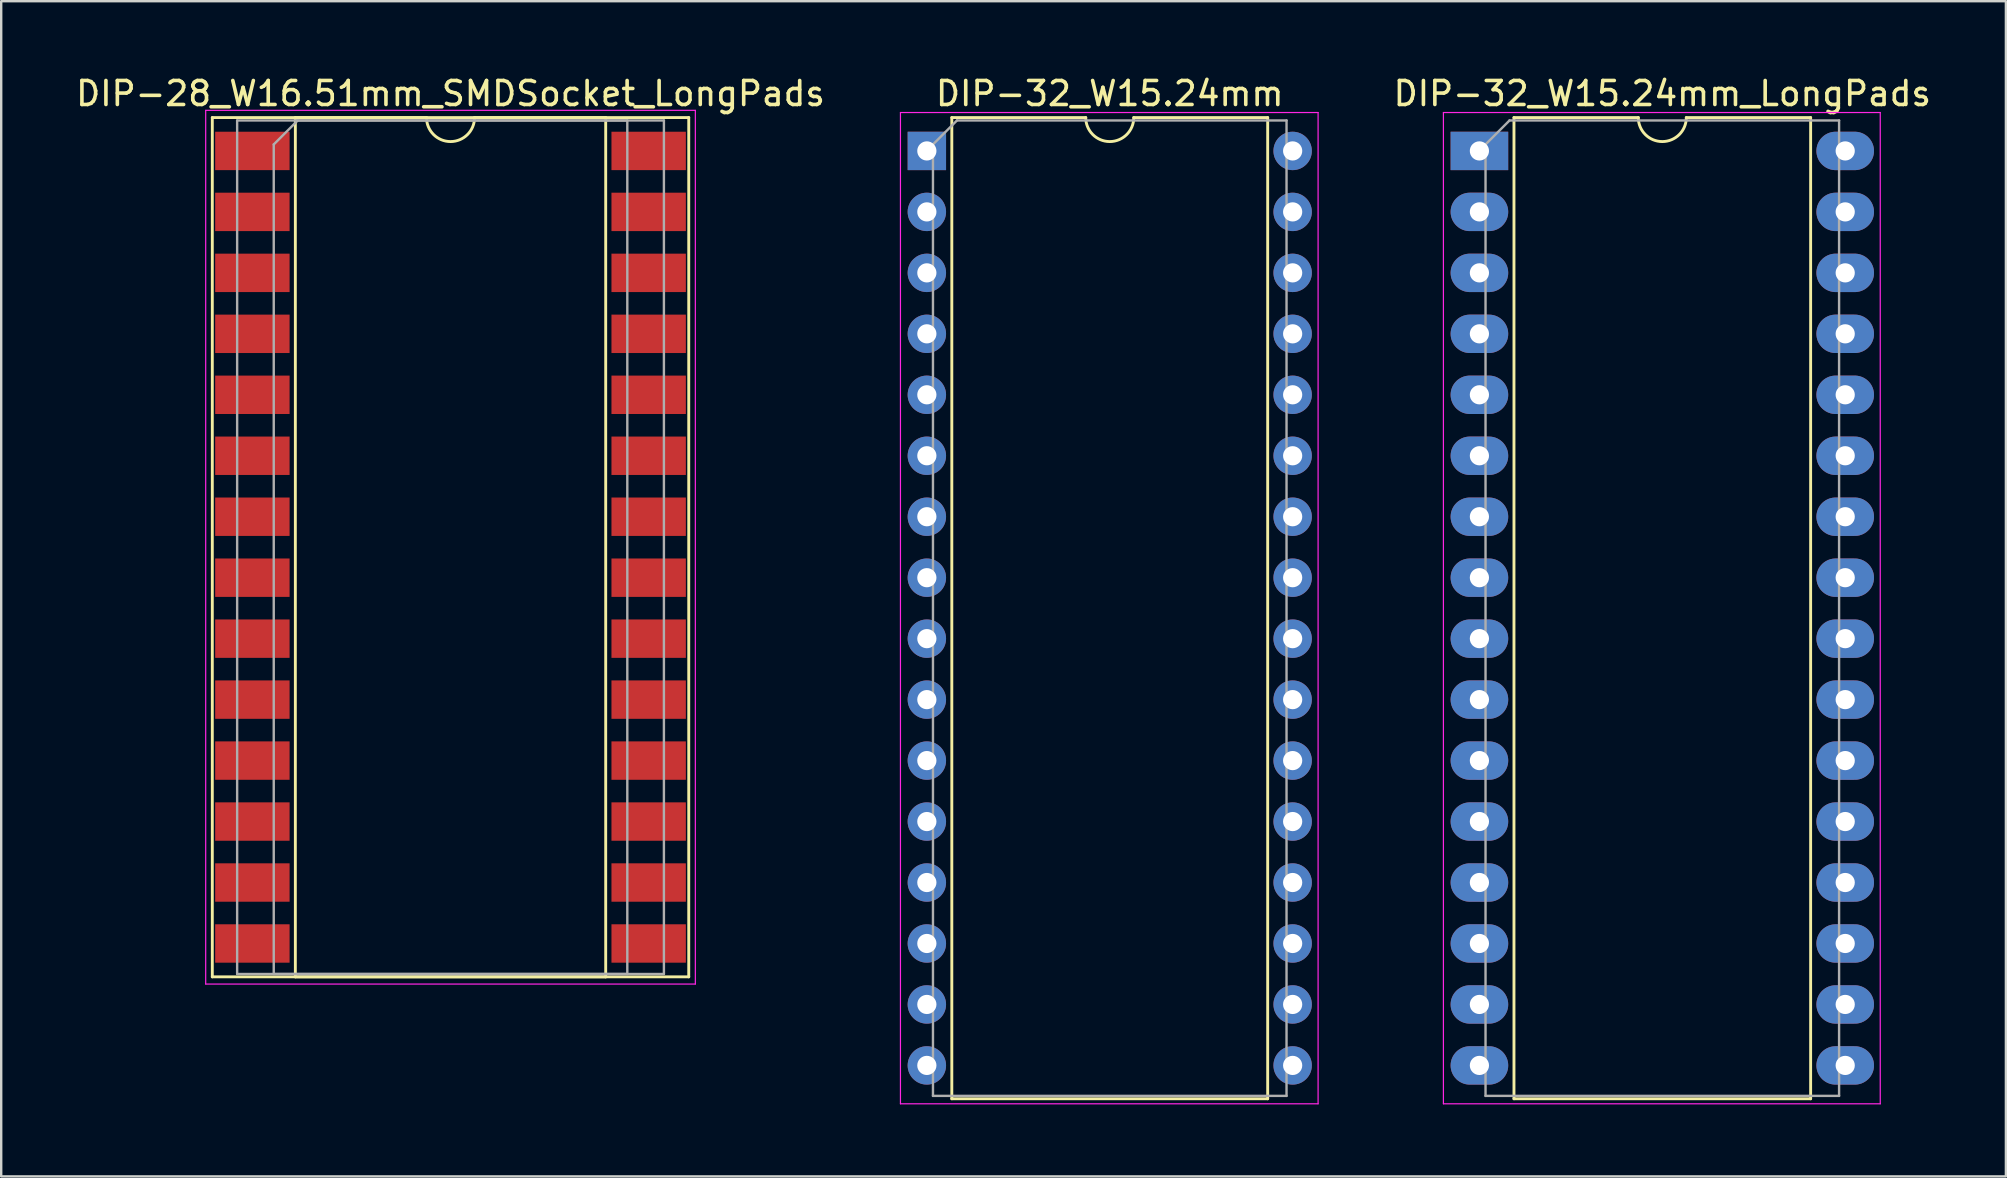
<source format=kicad_pcb>
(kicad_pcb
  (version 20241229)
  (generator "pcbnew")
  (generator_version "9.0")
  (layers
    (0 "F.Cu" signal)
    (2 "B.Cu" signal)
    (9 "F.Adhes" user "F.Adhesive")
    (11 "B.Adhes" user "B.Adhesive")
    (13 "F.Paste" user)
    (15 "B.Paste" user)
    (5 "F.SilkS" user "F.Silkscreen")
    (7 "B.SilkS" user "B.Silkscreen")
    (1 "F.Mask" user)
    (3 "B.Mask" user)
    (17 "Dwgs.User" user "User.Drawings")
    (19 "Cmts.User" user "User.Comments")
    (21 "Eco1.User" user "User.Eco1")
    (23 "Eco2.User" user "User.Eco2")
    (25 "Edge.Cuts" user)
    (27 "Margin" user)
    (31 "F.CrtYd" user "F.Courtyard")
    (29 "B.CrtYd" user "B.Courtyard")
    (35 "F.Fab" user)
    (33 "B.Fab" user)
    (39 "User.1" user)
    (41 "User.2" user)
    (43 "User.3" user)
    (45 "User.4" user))
  (footprint "DIP-32_W15.24mm_LongPads"
    (layer "F.Cu")
    (at 58.586 3.238)
    (property "Reference" "DIP-32_W15.24mm_LongPads" (at 7.62 -2.39 0) (layer "F.SilkS") (effects (font (size 1 1) (thickness 0.15))))
    (attr through_hole)
    (fp_line (start 1.44 -1.39) (end 1.44 39.49) (stroke (width 0.12) (type solid)) (layer "F.SilkS"))
    (fp_line (start 1.44 39.49) (end 13.8 39.49) (stroke (width 0.12) (type solid)) (layer "F.SilkS"))
    (fp_line (start 6.62 -1.39) (end 1.44 -1.39) (stroke (width 0.12) (type solid)) (layer "F.SilkS"))
    (fp_line (start 13.8 -1.39) (end 8.62 -1.39) (stroke (width 0.12) (type solid)) (layer "F.SilkS"))
    (fp_line (start 13.8 39.49) (end 13.8 -1.39) (stroke (width 0.12) (type solid)) (layer "F.SilkS"))
    (fp_arc (start 8.62 -1.39) (mid 7.62 -0.39) (end 6.62 -1.39) (stroke (width 0.12) (type solid)) (layer "F.SilkS"))
    (fp_line (start -1.5 -1.6) (end -1.5 39.7) (stroke (width 0.05) (type solid)) (layer "F.CrtYd"))
    (fp_line (start -1.5 39.7) (end 16.7 39.7) (stroke (width 0.05) (type solid)) (layer "F.CrtYd"))
    (fp_line (start 16.7 -1.6) (end -1.5 -1.6) (stroke (width 0.05) (type solid)) (layer "F.CrtYd"))
    (fp_line (start 16.7 39.7) (end 16.7 -1.6) (stroke (width 0.05) (type solid)) (layer "F.CrtYd"))
    (fp_line (start 0.255 -0.27) (end 1.255 -1.27) (stroke (width 0.1) (type solid)) (layer "F.Fab"))
    (fp_line (start 0.255 39.37) (end 0.255 -0.27) (stroke (width 0.1) (type solid)) (layer "F.Fab"))
    (fp_line (start 1.255 -1.27) (end 14.985 -1.27) (stroke (width 0.1) (type solid)) (layer "F.Fab"))
    (fp_line (start 14.985 -1.27) (end 14.985 39.37) (stroke (width 0.1) (type solid)) (layer "F.Fab"))
    (fp_line (start 14.985 39.37) (end 0.255 39.37) (stroke (width 0.1) (type solid)) (layer "F.Fab"))
    (pad "1" thru_hole rect (at 0 0) (size 2.4 1.6) (drill 0.8) (layers "*.Cu" "*.Mask"))
    (pad "2" thru_hole oval (at 0 2.54) (size 2.4 1.6) (drill 0.8) (layers "*.Cu" "*.Mask"))
    (pad "3" thru_hole oval (at 0 5.08) (size 2.4 1.6) (drill 0.8) (layers "*.Cu" "*.Mask"))
    (pad "4" thru_hole oval (at 0 7.62) (size 2.4 1.6) (drill 0.8) (layers "*.Cu" "*.Mask"))
    (pad "5" thru_hole oval (at 0 10.16) (size 2.4 1.6) (drill 0.8) (layers "*.Cu" "*.Mask"))
    (pad "6" thru_hole oval (at 0 12.7) (size 2.4 1.6) (drill 0.8) (layers "*.Cu" "*.Mask"))
    (pad "7" thru_hole oval (at 0 15.24) (size 2.4 1.6) (drill 0.8) (layers "*.Cu" "*.Mask"))
    (pad "8" thru_hole oval (at 0 17.78) (size 2.4 1.6) (drill 0.8) (layers "*.Cu" "*.Mask"))
    (pad "9" thru_hole oval (at 0 20.32) (size 2.4 1.6) (drill 0.8) (layers "*.Cu" "*.Mask"))
    (pad "10" thru_hole oval (at 0 22.86) (size 2.4 1.6) (drill 0.8) (layers "*.Cu" "*.Mask"))
    (pad "11" thru_hole oval (at 0 25.4) (size 2.4 1.6) (drill 0.8) (layers "*.Cu" "*.Mask"))
    (pad "12" thru_hole oval (at 0 27.94) (size 2.4 1.6) (drill 0.8) (layers "*.Cu" "*.Mask"))
    (pad "13" thru_hole oval (at 0 30.48) (size 2.4 1.6) (drill 0.8) (layers "*.Cu" "*.Mask"))
    (pad "14" thru_hole oval (at 0 33.02) (size 2.4 1.6) (drill 0.8) (layers "*.Cu" "*.Mask"))
    (pad "15" thru_hole oval (at 0 35.56) (size 2.4 1.6) (drill 0.8) (layers "*.Cu" "*.Mask"))
    (pad "16" thru_hole oval (at 0 38.1) (size 2.4 1.6) (drill 0.8) (layers "*.Cu" "*.Mask"))
    (pad "17" thru_hole oval (at 15.24 38.1) (size 2.4 1.6) (drill 0.8) (layers "*.Cu" "*.Mask"))
    (pad "18" thru_hole oval (at 15.24 35.56) (size 2.4 1.6) (drill 0.8) (layers "*.Cu" "*.Mask"))
    (pad "19" thru_hole oval (at 15.24 33.02) (size 2.4 1.6) (drill 0.8) (layers "*.Cu" "*.Mask"))
    (pad "20" thru_hole oval (at 15.24 30.48) (size 2.4 1.6) (drill 0.8) (layers "*.Cu" "*.Mask"))
    (pad "21" thru_hole oval (at 15.24 27.94) (size 2.4 1.6) (drill 0.8) (layers "*.Cu" "*.Mask"))
    (pad "22" thru_hole oval (at 15.24 25.4) (size 2.4 1.6) (drill 0.8) (layers "*.Cu" "*.Mask"))
    (pad "23" thru_hole oval (at 15.24 22.86) (size 2.4 1.6) (drill 0.8) (layers "*.Cu" "*.Mask"))
    (pad "24" thru_hole oval (at 15.24 20.32) (size 2.4 1.6) (drill 0.8) (layers "*.Cu" "*.Mask"))
    (pad "25" thru_hole oval (at 15.24 17.78) (size 2.4 1.6) (drill 0.8) (layers "*.Cu" "*.Mask"))
    (pad "26" thru_hole oval (at 15.24 15.24) (size 2.4 1.6) (drill 0.8) (layers "*.Cu" "*.Mask"))
    (pad "27" thru_hole oval (at 15.24 12.7) (size 2.4 1.6) (drill 0.8) (layers "*.Cu" "*.Mask"))
    (pad "28" thru_hole oval (at 15.24 10.16) (size 2.4 1.6) (drill 0.8) (layers "*.Cu" "*.Mask"))
    (pad "29" thru_hole oval (at 15.24 7.62) (size 2.4 1.6) (drill 0.8) (layers "*.Cu" "*.Mask"))
    (pad "30" thru_hole oval (at 15.24 5.08) (size 2.4 1.6) (drill 0.8) (layers "*.Cu" "*.Mask"))
    (pad "31" thru_hole oval (at 15.24 2.54) (size 2.4 1.6) (drill 0.8) (layers "*.Cu" "*.Mask"))
    (pad "32" thru_hole oval (at 15.24 0) (size 2.4 1.6) (drill 0.8) (layers "*.Cu" "*.Mask")))
  (footprint "DIP-28_W16.51mm_SMDSocket_LongPads"
    (layer "F.Cu")
    (at 15.72 19.748)
    (property "Reference" "DIP-28_W16.51mm_SMDSocket_LongPads" (at 0 -18.9 0) (layer "F.SilkS") (effects (font (size 1 1) (thickness 0.15))))
    (attr smd)
    (fp_line (start -9.925 -17.9) (end -9.925 17.9) (stroke (width 0.12) (type solid)) (layer "F.SilkS"))
    (fp_line (start -9.925 17.9) (end 9.925 17.9) (stroke (width 0.12) (type solid)) (layer "F.SilkS"))
    (fp_line (start -6.465 -17.9) (end -6.465 17.9) (stroke (width 0.12) (type solid)) (layer "F.SilkS"))
    (fp_line (start -6.465 17.9) (end 6.465 17.9) (stroke (width 0.12) (type solid)) (layer "F.SilkS"))
    (fp_line (start -1 -17.9) (end -6.465 -17.9) (stroke (width 0.12) (type solid)) (layer "F.SilkS"))
    (fp_line (start 6.465 -17.9) (end 1 -17.9) (stroke (width 0.12) (type solid)) (layer "F.SilkS"))
    (fp_line (start 6.465 17.9) (end 6.465 -17.9) (stroke (width 0.12) (type solid)) (layer "F.SilkS"))
    (fp_line (start 9.925 -17.9) (end -9.925 -17.9) (stroke (width 0.12) (type solid)) (layer "F.SilkS"))
    (fp_line (start 9.925 17.9) (end 9.925 -17.9) (stroke (width 0.12) (type solid)) (layer "F.SilkS"))
    (fp_arc (start 1 -17.9) (mid 0 -16.9) (end -1 -17.9) (stroke (width 0.12) (type solid)) (layer "F.SilkS"))
    (fp_line (start -10.2 -18.2) (end -10.2 18.2) (stroke (width 0.05) (type solid)) (layer "F.CrtYd"))
    (fp_line (start -10.2 18.2) (end 10.2 18.2) (stroke (width 0.05) (type solid)) (layer "F.CrtYd"))
    (fp_line (start 10.2 -18.2) (end -10.2 -18.2) (stroke (width 0.05) (type solid)) (layer "F.CrtYd"))
    (fp_line (start 10.2 18.2) (end 10.2 -18.2) (stroke (width 0.05) (type solid)) (layer "F.CrtYd"))
    (fp_line (start -8.89 -17.78) (end -8.89 17.78) (stroke (width 0.1) (type solid)) (layer "F.Fab"))
    (fp_line (start -8.89 17.78) (end 8.89 17.78) (stroke (width 0.1) (type solid)) (layer "F.Fab"))
    (fp_line (start -7.365 -16.78) (end -6.365 -17.78) (stroke (width 0.1) (type solid)) (layer "F.Fab"))
    (fp_line (start -7.365 17.78) (end -7.365 -16.78) (stroke (width 0.1) (type solid)) (layer "F.Fab"))
    (fp_line (start -6.365 -17.78) (end 7.365 -17.78) (stroke (width 0.1) (type solid)) (layer "F.Fab"))
    (fp_line (start 7.365 -17.78) (end 7.365 17.78) (stroke (width 0.1) (type solid)) (layer "F.Fab"))
    (fp_line (start 7.365 17.78) (end -7.365 17.78) (stroke (width 0.1) (type solid)) (layer "F.Fab"))
    (fp_line (start 8.89 -17.78) (end -8.89 -17.78) (stroke (width 0.1) (type solid)) (layer "F.Fab"))
    (fp_line (start 8.89 17.78) (end 8.89 -17.78) (stroke (width 0.1) (type solid)) (layer "F.Fab"))
    (pad "1" smd rect (at -8.255 -16.51) (size 3.1 1.6) (layers "F.Cu" "F.Mask"))
    (pad "2" smd rect (at -8.255 -13.97) (size 3.1 1.6) (layers "F.Cu" "F.Mask"))
    (pad "3" smd rect (at -8.255 -11.43) (size 3.1 1.6) (layers "F.Cu" "F.Mask"))
    (pad "4" smd rect (at -8.255 -8.89) (size 3.1 1.6) (layers "F.Cu" "F.Mask"))
    (pad "5" smd rect (at -8.255 -6.35) (size 3.1 1.6) (layers "F.Cu" "F.Mask"))
    (pad "6" smd rect (at -8.255 -3.81) (size 3.1 1.6) (layers "F.Cu" "F.Mask"))
    (pad "7" smd rect (at -8.255 -1.27) (size 3.1 1.6) (layers "F.Cu" "F.Mask"))
    (pad "8" smd rect (at -8.255 1.27) (size 3.1 1.6) (layers "F.Cu" "F.Mask"))
    (pad "9" smd rect (at -8.255 3.81) (size 3.1 1.6) (layers "F.Cu" "F.Mask"))
    (pad "10" smd rect (at -8.255 6.35) (size 3.1 1.6) (layers "F.Cu" "F.Mask"))
    (pad "11" smd rect (at -8.255 8.89) (size 3.1 1.6) (layers "F.Cu" "F.Mask"))
    (pad "12" smd rect (at -8.255 11.43) (size 3.1 1.6) (layers "F.Cu" "F.Mask"))
    (pad "13" smd rect (at -8.255 13.97) (size 3.1 1.6) (layers "F.Cu" "F.Mask"))
    (pad "14" smd rect (at -8.255 16.51) (size 3.1 1.6) (layers "F.Cu" "F.Mask"))
    (pad "15" smd rect (at 8.255 16.51) (size 3.1 1.6) (layers "F.Cu" "F.Mask"))
    (pad "16" smd rect (at 8.255 13.97) (size 3.1 1.6) (layers "F.Cu" "F.Mask"))
    (pad "17" smd rect (at 8.255 11.43) (size 3.1 1.6) (layers "F.Cu" "F.Mask"))
    (pad "18" smd rect (at 8.255 8.89) (size 3.1 1.6) (layers "F.Cu" "F.Mask"))
    (pad "19" smd rect (at 8.255 6.35) (size 3.1 1.6) (layers "F.Cu" "F.Mask"))
    (pad "20" smd rect (at 8.255 3.81) (size 3.1 1.6) (layers "F.Cu" "F.Mask"))
    (pad "21" smd rect (at 8.255 1.27) (size 3.1 1.6) (layers "F.Cu" "F.Mask"))
    (pad "22" smd rect (at 8.255 -1.27) (size 3.1 1.6) (layers "F.Cu" "F.Mask"))
    (pad "23" smd rect (at 8.255 -3.81) (size 3.1 1.6) (layers "F.Cu" "F.Mask"))
    (pad "24" smd rect (at 8.255 -6.35) (size 3.1 1.6) (layers "F.Cu" "F.Mask"))
    (pad "25" smd rect (at 8.255 -8.89) (size 3.1 1.6) (layers "F.Cu" "F.Mask"))
    (pad "26" smd rect (at 8.255 -11.43) (size 3.1 1.6) (layers "F.Cu" "F.Mask"))
    (pad "27" smd rect (at 8.255 -13.97) (size 3.1 1.6) (layers "F.Cu" "F.Mask"))
    (pad "28" smd rect (at 8.255 -16.51) (size 3.1 1.6) (layers "F.Cu" "F.Mask")))
  (footprint "DIP-32_W15.24mm"
    (layer "F.Cu")
    (at 35.565 3.238)
    (property "Reference" "DIP-32_W15.24mm" (at 7.62 -2.39 0) (layer "F.SilkS") (effects (font (size 1 1) (thickness 0.15))))
    (attr through_hole)
    (fp_line (start 1.04 -1.39) (end 1.04 39.49) (stroke (width 0.12) (type solid)) (layer "F.SilkS"))
    (fp_line (start 1.04 39.49) (end 14.2 39.49) (stroke (width 0.12) (type solid)) (layer "F.SilkS"))
    (fp_line (start 6.62 -1.39) (end 1.04 -1.39) (stroke (width 0.12) (type solid)) (layer "F.SilkS"))
    (fp_line (start 14.2 -1.39) (end 8.62 -1.39) (stroke (width 0.12) (type solid)) (layer "F.SilkS"))
    (fp_line (start 14.2 39.49) (end 14.2 -1.39) (stroke (width 0.12) (type solid)) (layer "F.SilkS"))
    (fp_arc (start 8.62 -1.39) (mid 7.62 -0.39) (end 6.62 -1.39) (stroke (width 0.12) (type solid)) (layer "F.SilkS"))
    (fp_line (start -1.1 -1.6) (end -1.1 39.7) (stroke (width 0.05) (type solid)) (layer "F.CrtYd"))
    (fp_line (start -1.1 39.7) (end 16.3 39.7) (stroke (width 0.05) (type solid)) (layer "F.CrtYd"))
    (fp_line (start 16.3 -1.6) (end -1.1 -1.6) (stroke (width 0.05) (type solid)) (layer "F.CrtYd"))
    (fp_line (start 16.3 39.7) (end 16.3 -1.6) (stroke (width 0.05) (type solid)) (layer "F.CrtYd"))
    (fp_line (start 0.255 -0.27) (end 1.255 -1.27) (stroke (width 0.1) (type solid)) (layer "F.Fab"))
    (fp_line (start 0.255 39.37) (end 0.255 -0.27) (stroke (width 0.1) (type solid)) (layer "F.Fab"))
    (fp_line (start 1.255 -1.27) (end 14.985 -1.27) (stroke (width 0.1) (type solid)) (layer "F.Fab"))
    (fp_line (start 14.985 -1.27) (end 14.985 39.37) (stroke (width 0.1) (type solid)) (layer "F.Fab"))
    (fp_line (start 14.985 39.37) (end 0.255 39.37) (stroke (width 0.1) (type solid)) (layer "F.Fab"))
    (pad "1" thru_hole rect (at 0 0) (size 1.6 1.6) (drill 0.8) (layers "*.Cu" "*.Mask"))
    (pad "2" thru_hole oval (at 0 2.54) (size 1.6 1.6) (drill 0.8) (layers "*.Cu" "*.Mask"))
    (pad "3" thru_hole oval (at 0 5.08) (size 1.6 1.6) (drill 0.8) (layers "*.Cu" "*.Mask"))
    (pad "4" thru_hole oval (at 0 7.62) (size 1.6 1.6) (drill 0.8) (layers "*.Cu" "*.Mask"))
    (pad "5" thru_hole oval (at 0 10.16) (size 1.6 1.6) (drill 0.8) (layers "*.Cu" "*.Mask"))
    (pad "6" thru_hole oval (at 0 12.7) (size 1.6 1.6) (drill 0.8) (layers "*.Cu" "*.Mask"))
    (pad "7" thru_hole oval (at 0 15.24) (size 1.6 1.6) (drill 0.8) (layers "*.Cu" "*.Mask"))
    (pad "8" thru_hole oval (at 0 17.78) (size 1.6 1.6) (drill 0.8) (layers "*.Cu" "*.Mask"))
    (pad "9" thru_hole oval (at 0 20.32) (size 1.6 1.6) (drill 0.8) (layers "*.Cu" "*.Mask"))
    (pad "10" thru_hole oval (at 0 22.86) (size 1.6 1.6) (drill 0.8) (layers "*.Cu" "*.Mask"))
    (pad "11" thru_hole oval (at 0 25.4) (size 1.6 1.6) (drill 0.8) (layers "*.Cu" "*.Mask"))
    (pad "12" thru_hole oval (at 0 27.94) (size 1.6 1.6) (drill 0.8) (layers "*.Cu" "*.Mask"))
    (pad "13" thru_hole oval (at 0 30.48) (size 1.6 1.6) (drill 0.8) (layers "*.Cu" "*.Mask"))
    (pad "14" thru_hole oval (at 0 33.02) (size 1.6 1.6) (drill 0.8) (layers "*.Cu" "*.Mask"))
    (pad "15" thru_hole oval (at 0 35.56) (size 1.6 1.6) (drill 0.8) (layers "*.Cu" "*.Mask"))
    (pad "16" thru_hole oval (at 0 38.1) (size 1.6 1.6) (drill 0.8) (layers "*.Cu" "*.Mask"))
    (pad "17" thru_hole oval (at 15.24 38.1) (size 1.6 1.6) (drill 0.8) (layers "*.Cu" "*.Mask"))
    (pad "18" thru_hole oval (at 15.24 35.56) (size 1.6 1.6) (drill 0.8) (layers "*.Cu" "*.Mask"))
    (pad "19" thru_hole oval (at 15.24 33.02) (size 1.6 1.6) (drill 0.8) (layers "*.Cu" "*.Mask"))
    (pad "20" thru_hole oval (at 15.24 30.48) (size 1.6 1.6) (drill 0.8) (layers "*.Cu" "*.Mask"))
    (pad "21" thru_hole oval (at 15.24 27.94) (size 1.6 1.6) (drill 0.8) (layers "*.Cu" "*.Mask"))
    (pad "22" thru_hole oval (at 15.24 25.4) (size 1.6 1.6) (drill 0.8) (layers "*.Cu" "*.Mask"))
    (pad "23" thru_hole oval (at 15.24 22.86) (size 1.6 1.6) (drill 0.8) (layers "*.Cu" "*.Mask"))
    (pad "24" thru_hole oval (at 15.24 20.32) (size 1.6 1.6) (drill 0.8) (layers "*.Cu" "*.Mask"))
    (pad "25" thru_hole oval (at 15.24 17.78) (size 1.6 1.6) (drill 0.8) (layers "*.Cu" "*.Mask"))
    (pad "26" thru_hole oval (at 15.24 15.24) (size 1.6 1.6) (drill 0.8) (layers "*.Cu" "*.Mask"))
    (pad "27" thru_hole oval (at 15.24 12.7) (size 1.6 1.6) (drill 0.8) (layers "*.Cu" "*.Mask"))
    (pad "28" thru_hole oval (at 15.24 10.16) (size 1.6 1.6) (drill 0.8) (layers "*.Cu" "*.Mask"))
    (pad "29" thru_hole oval (at 15.24 7.62) (size 1.6 1.6) (drill 0.8) (layers "*.Cu" "*.Mask"))
    (pad "30" thru_hole oval (at 15.24 5.08) (size 1.6 1.6) (drill 0.8) (layers "*.Cu" "*.Mask"))
    (pad "31" thru_hole oval (at 15.24 2.54) (size 1.6 1.6) (drill 0.8) (layers "*.Cu" "*.Mask"))
    (pad "32" thru_hole oval (at 15.24 0) (size 1.6 1.6) (drill 0.8) (layers "*.Cu" "*.Mask")))
  (gr_rect
    (start -3 -3)
    (end 80.521 45.963)
    (stroke (width 0.1) (type default))
    (fill no)
    (layer "Edge.Cuts")))
</source>
